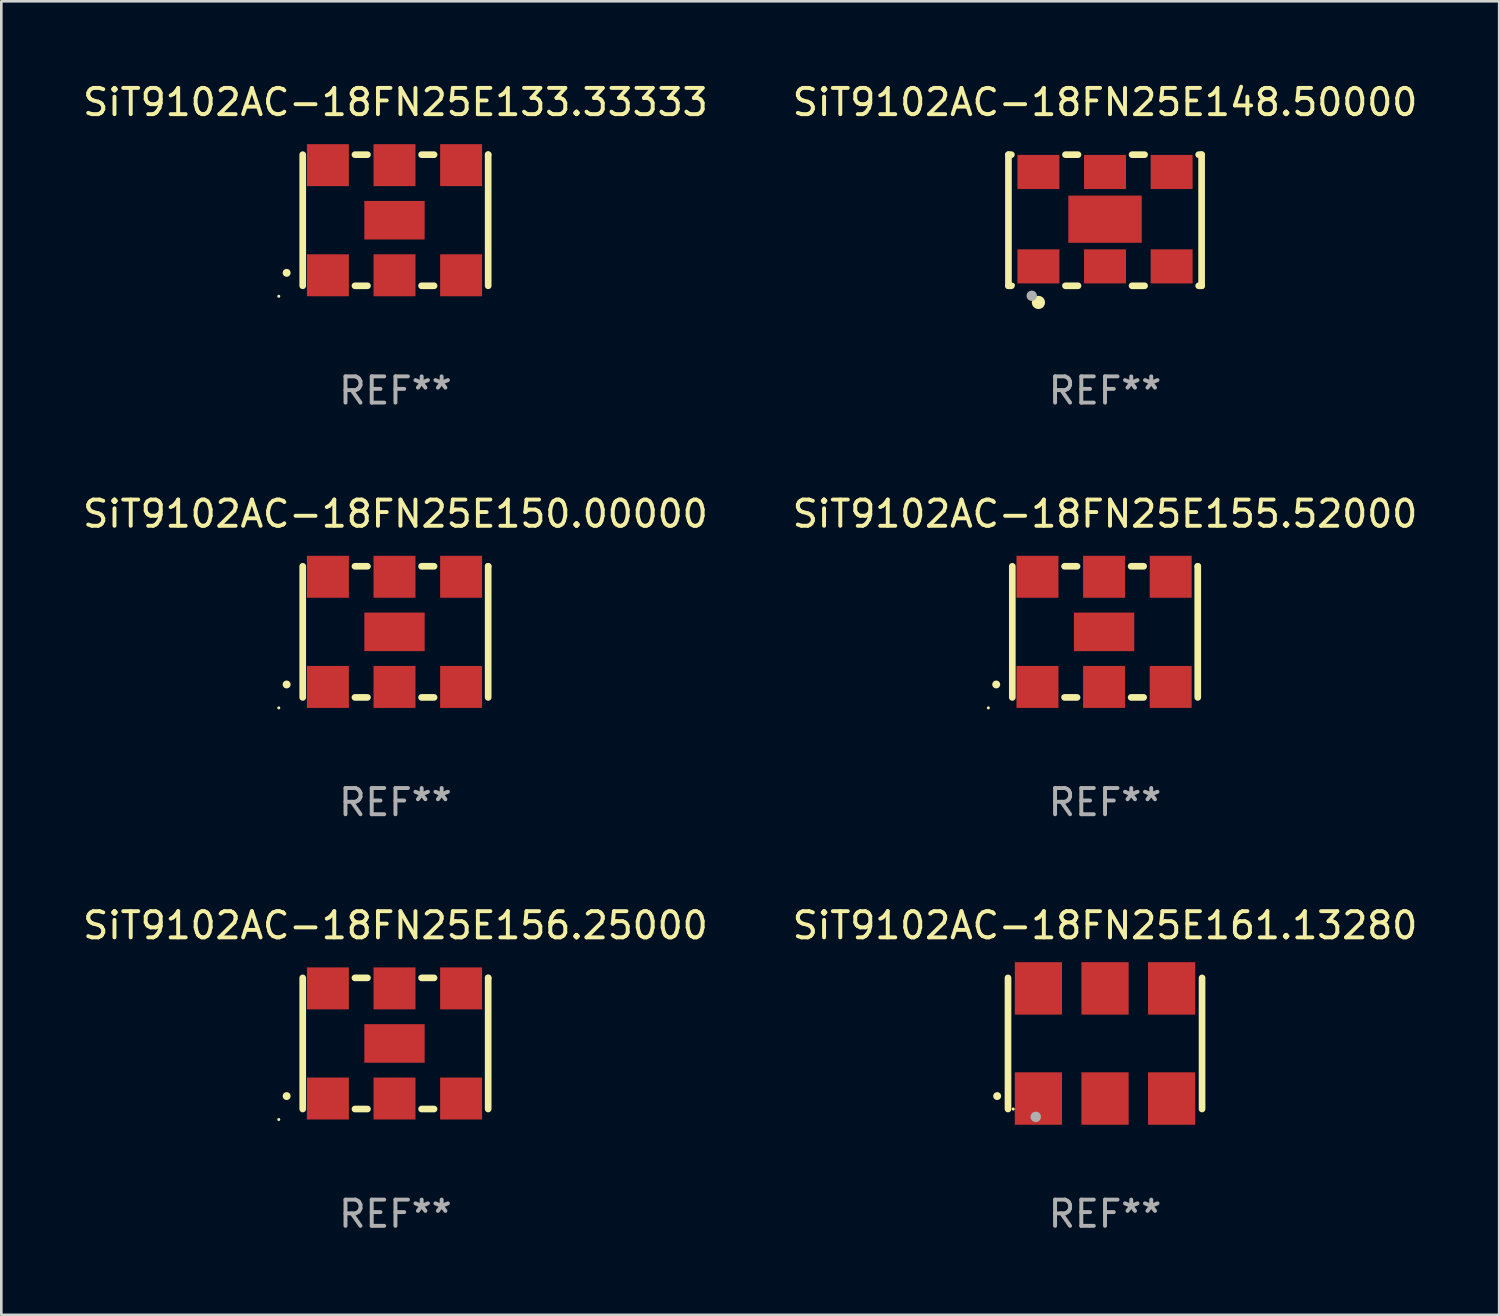
<source format=kicad_pcb>
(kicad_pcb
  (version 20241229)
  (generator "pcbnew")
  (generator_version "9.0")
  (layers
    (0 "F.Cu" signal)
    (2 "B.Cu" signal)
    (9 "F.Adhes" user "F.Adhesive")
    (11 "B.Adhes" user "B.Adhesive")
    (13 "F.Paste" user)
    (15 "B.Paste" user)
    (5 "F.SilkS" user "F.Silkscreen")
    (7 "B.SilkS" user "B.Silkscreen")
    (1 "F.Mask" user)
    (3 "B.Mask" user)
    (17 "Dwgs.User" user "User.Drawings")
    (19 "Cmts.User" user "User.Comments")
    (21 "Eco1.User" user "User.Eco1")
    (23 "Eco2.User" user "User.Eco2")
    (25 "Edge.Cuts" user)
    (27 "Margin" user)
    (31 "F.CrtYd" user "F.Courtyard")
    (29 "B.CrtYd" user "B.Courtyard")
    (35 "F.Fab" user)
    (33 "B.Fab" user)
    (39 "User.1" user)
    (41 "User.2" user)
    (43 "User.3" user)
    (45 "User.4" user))
  (footprint "SiT9102AC-18FN25E155.52000"
    (layer "F.Cu")
    (at 39.089 21.045)
    (property "Reference" "SiT9102AC-18FN25E155.52000" (at 0 -4.5 0) (layer "F.SilkS") (effects (font (size 1 1) (thickness 0.15))))
    (attr through_hole)
    (fp_line (start -3.536 -2.5) (end -3.536 2.5) (stroke (width 0.254) (type solid)) (layer "F.SilkS"))
    (fp_line (start -1.544 2.5) (end -1.067 2.5) (stroke (width 0.254) (type solid)) (layer "F.SilkS"))
    (fp_line (start -1.067 -2.5) (end -1.544 -2.5) (stroke (width 0.254) (type solid)) (layer "F.SilkS"))
    (fp_line (start 0.996 2.5) (end 1.473 2.5) (stroke (width 0.254) (type solid)) (layer "F.SilkS"))
    (fp_line (start 1.473 -2.5) (end 0.996 -2.5) (stroke (width 0.254) (type solid)) (layer "F.SilkS"))
    (fp_line (start 3.536 -2.5) (end 3.536 -2.5) (stroke (width 0.254) (type solid)) (layer "F.SilkS"))
    (fp_line (start 3.536 2.5) (end 3.536 -2.5) (stroke (width 0.254) (type solid)) (layer "F.SilkS"))
    (fp_arc (start -4.150432 2.006604) (mid -4.149162 2.006599) (end -4.147892 2.006604) (stroke (width 0.3) (type solid)) (layer "F.SilkS"))
    (fp_circle (center -4.449 2.9) (end -4.419 2.9) (stroke (width 0.06) (type solid)) (fill no) (layer "F.SilkS"))
    (fp_text user "REF**" (at 0 6.5 0) (layer "F.Fab") (effects (font (size 1 1) (thickness 0.15))))
    (pad "1" smd rect (at -2.576 2.1) (size 1.6 1.6) (layers "F.Cu" "F.Mask" "F.Paste"))
    (pad "2" smd rect (at -0.036 2.1) (size 1.6 1.6) (layers "F.Cu" "F.Mask" "F.Paste"))
    (pad "3" smd rect (at 2.504 2.1) (size 1.6 1.6) (layers "F.Cu" "F.Mask" "F.Paste"))
    (pad "4" smd rect (at 2.504 -2.1) (size 1.6 1.6) (layers "F.Cu" "F.Mask" "F.Paste"))
    (pad "5" smd rect (at -0.036 -2.1) (size 1.6 1.6) (layers "F.Cu" "F.Mask" "F.Paste"))
    (pad "6" smd rect (at -2.576 -2.1) (size 1.6 1.6) (layers "F.Cu" "F.Mask" "F.Paste"))
    (pad "7" smd rect (at -0.036 0) (size 2.3 1.47) (layers "F.Cu" "F.Mask" "F.Paste")))
  (footprint "SiT9102AC-18FN25E150.00000"
    (layer "F.Cu")
    (at 12.03 21.045)
    (property "Reference" "SiT9102AC-18FN25E150.00000" (at 0 -4.5 0) (layer "F.SilkS") (effects (font (size 1 1) (thickness 0.15))))
    (attr through_hole)
    (fp_line (start -3.536 -2.5) (end -3.536 2.5) (stroke (width 0.254) (type solid)) (layer "F.SilkS"))
    (fp_line (start -1.544 2.5) (end -1.067 2.5) (stroke (width 0.254) (type solid)) (layer "F.SilkS"))
    (fp_line (start -1.067 -2.5) (end -1.544 -2.5) (stroke (width 0.254) (type solid)) (layer "F.SilkS"))
    (fp_line (start 0.996 2.5) (end 1.473 2.5) (stroke (width 0.254) (type solid)) (layer "F.SilkS"))
    (fp_line (start 1.473 -2.5) (end 0.996 -2.5) (stroke (width 0.254) (type solid)) (layer "F.SilkS"))
    (fp_line (start 3.536 -2.5) (end 3.536 -2.5) (stroke (width 0.254) (type solid)) (layer "F.SilkS"))
    (fp_line (start 3.536 2.5) (end 3.536 -2.5) (stroke (width 0.254) (type solid)) (layer "F.SilkS"))
    (fp_arc (start -4.150432 2.006604) (mid -4.149162 2.006599) (end -4.147892 2.006604) (stroke (width 0.3) (type solid)) (layer "F.SilkS"))
    (fp_circle (center -4.449 2.9) (end -4.419 2.9) (stroke (width 0.06) (type solid)) (fill no) (layer "F.SilkS"))
    (fp_text user "REF**" (at 0 6.5 0) (layer "F.Fab") (effects (font (size 1 1) (thickness 0.15))))
    (pad "1" smd rect (at -2.576 2.1) (size 1.6 1.6) (layers "F.Cu" "F.Mask" "F.Paste"))
    (pad "2" smd rect (at -0.036 2.1) (size 1.6 1.6) (layers "F.Cu" "F.Mask" "F.Paste"))
    (pad "3" smd rect (at 2.504 2.1) (size 1.6 1.6) (layers "F.Cu" "F.Mask" "F.Paste"))
    (pad "4" smd rect (at 2.504 -2.1) (size 1.6 1.6) (layers "F.Cu" "F.Mask" "F.Paste"))
    (pad "5" smd rect (at -0.036 -2.1) (size 1.6 1.6) (layers "F.Cu" "F.Mask" "F.Paste"))
    (pad "6" smd rect (at -2.576 -2.1) (size 1.6 1.6) (layers "F.Cu" "F.Mask" "F.Paste"))
    (pad "7" smd rect (at -0.036 0) (size 2.3 1.47) (layers "F.Cu" "F.Mask" "F.Paste")))
  (footprint "SiT9102AC-18FN25E156.25000"
    (layer "F.Cu")
    (at 12.03 36.741)
    (property "Reference" "SiT9102AC-18FN25E156.25000" (at 0 -4.5 0) (layer "F.SilkS") (effects (font (size 1 1) (thickness 0.15))))
    (attr through_hole)
    (fp_line (start -3.536 -2.5) (end -3.536 2.5) (stroke (width 0.254) (type solid)) (layer "F.SilkS"))
    (fp_line (start -1.544 2.5) (end -1.067 2.5) (stroke (width 0.254) (type solid)) (layer "F.SilkS"))
    (fp_line (start -1.067 -2.5) (end -1.544 -2.5) (stroke (width 0.254) (type solid)) (layer "F.SilkS"))
    (fp_line (start 0.996 2.5) (end 1.473 2.5) (stroke (width 0.254) (type solid)) (layer "F.SilkS"))
    (fp_line (start 1.473 -2.5) (end 0.996 -2.5) (stroke (width 0.254) (type solid)) (layer "F.SilkS"))
    (fp_line (start 3.536 -2.5) (end 3.536 -2.5) (stroke (width 0.254) (type solid)) (layer "F.SilkS"))
    (fp_line (start 3.536 2.5) (end 3.536 -2.5) (stroke (width 0.254) (type solid)) (layer "F.SilkS"))
    (fp_arc (start -4.150432 2.006604) (mid -4.149162 2.006599) (end -4.147892 2.006604) (stroke (width 0.3) (type solid)) (layer "F.SilkS"))
    (fp_circle (center -4.449 2.9) (end -4.419 2.9) (stroke (width 0.06) (type solid)) (fill no) (layer "F.SilkS"))
    (fp_text user "REF**" (at 0 6.5 0) (layer "F.Fab") (effects (font (size 1 1) (thickness 0.15))))
    (pad "1" smd rect (at -2.576 2.1) (size 1.6 1.6) (layers "F.Cu" "F.Mask" "F.Paste"))
    (pad "2" smd rect (at -0.036 2.1) (size 1.6 1.6) (layers "F.Cu" "F.Mask" "F.Paste"))
    (pad "3" smd rect (at 2.504 2.1) (size 1.6 1.6) (layers "F.Cu" "F.Mask" "F.Paste"))
    (pad "4" smd rect (at 2.504 -2.1) (size 1.6 1.6) (layers "F.Cu" "F.Mask" "F.Paste"))
    (pad "5" smd rect (at -0.036 -2.1) (size 1.6 1.6) (layers "F.Cu" "F.Mask" "F.Paste"))
    (pad "6" smd rect (at -2.576 -2.1) (size 1.6 1.6) (layers "F.Cu" "F.Mask" "F.Paste"))
    (pad "7" smd rect (at -0.036 0) (size 2.3 1.47) (layers "F.Cu" "F.Mask" "F.Paste")))
  (footprint "SiT9102AC-18FN25E148.50000"
    (layer "F.Cu")
    (at 39.089 5.348)
    (property "Reference" "SiT9102AC-18FN25E148.50000" (at 0 -4.5 0) (layer "F.SilkS") (effects (font (size 1 1) (thickness 0.15))))
    (attr through_hole)
    (fp_line (start -3.683 -2.5) (end -3.571 -2.5) (stroke (width 0.254) (type solid)) (layer "F.SilkS"))
    (fp_line (start -3.683 2.5) (end -3.683 -2.5) (stroke (width 0.254) (type solid)) (layer "F.SilkS"))
    (fp_line (start -3.683 2.5) (end -3.571 2.5) (stroke (width 0.254) (type solid)) (layer "F.SilkS"))
    (fp_line (start -1.509 -2.5) (end -1.031 -2.5) (stroke (width 0.254) (type solid)) (layer "F.SilkS"))
    (fp_line (start -1.509 2.5) (end -1.031 2.5) (stroke (width 0.254) (type solid)) (layer "F.SilkS"))
    (fp_line (start 1.031 -2.5) (end 1.509 -2.5) (stroke (width 0.254) (type solid)) (layer "F.SilkS"))
    (fp_line (start 1.031 2.5) (end 1.509 2.5) (stroke (width 0.254) (type solid)) (layer "F.SilkS"))
    (fp_line (start 3.571 -2.5) (end 3.683 -2.5) (stroke (width 0.254) (type solid)) (layer "F.SilkS"))
    (fp_line (start 3.571 2.5) (end 3.683 2.5) (stroke (width 0.254) (type solid)) (layer "F.SilkS"))
    (fp_line (start 3.683 2.5) (end 3.683 -2.5) (stroke (width 0.254) (type solid)) (layer "F.SilkS"))
    (fp_circle (center -3.5 2.46) (end -3.47 2.46) (stroke (width 0.06) (type solid)) (fill no) (layer "F.SilkS"))
    (fp_circle (center -2.54 3.135) (end -2.413 3.135) (stroke (width 0.254) (type solid)) (fill no) (layer "F.SilkS"))
    (fp_circle (center -2.794 2.881) (end -2.694 2.881) (stroke (width 0.2) (type solid)) (fill no) (layer "F.Fab"))
    (fp_text user "REF**" (at 0 6.5 0) (layer "F.Fab") (effects (font (size 1 1) (thickness 0.15))))
    (pad "1" smd rect (at -2.54 1.76) (size 1.6 1.3) (layers "F.Cu" "F.Mask" "F.Paste"))
    (pad "2" smd rect (at 0 1.76) (size 1.6 1.3) (layers "F.Cu" "F.Mask" "F.Paste"))
    (pad "3" smd rect (at 2.54 1.76) (size 1.6 1.3) (layers "F.Cu" "F.Mask" "F.Paste"))
    (pad "4" smd rect (at 2.54 -1.84) (size 1.6 1.3) (layers "F.Cu" "F.Mask" "F.Paste"))
    (pad "5" smd rect (at 0 -1.84) (size 1.6 1.3) (layers "F.Cu" "F.Mask" "F.Paste"))
    (pad "6" smd rect (at -2.54 -1.84) (size 1.6 1.3) (layers "F.Cu" "F.Mask" "F.Paste"))
    (pad "7" smd rect (at 0 -0.04) (size 2.8 1.8) (layers "F.Cu" "F.Mask" "F.Paste")))
  (footprint "SiT9102AC-18FN25E161.13280"
    (layer "F.Cu")
    (at 39.089 36.741)
    (property "Reference" "SiT9102AC-18FN25E161.13280" (at 0 -4.5 0) (layer "F.SilkS") (effects (font (size 1 1) (thickness 0.15))))
    (attr through_hole)
    (fp_line (start -3.7 -2.5) (end -3.7 2.5) (stroke (width 0.254) (type solid)) (layer "F.SilkS"))
    (fp_line (start 3.7 -2.5) (end 3.7 2.5) (stroke (width 0.254) (type solid)) (layer "F.SilkS"))
    (fp_arc (start -4.114415 2.006604) (mid -4.113145 2.006599) (end -4.111875 2.006604) (stroke (width 0.3) (type solid)) (layer "F.SilkS"))
    (fp_circle (center -3.5 2.501) (end -3.47 2.501) (stroke (width 0.06) (type solid)) (fill no) (layer "F.SilkS"))
    (fp_circle (center -2.641 2.799) (end -2.541 2.799) (stroke (width 0.2) (type solid)) (fill no) (layer "F.Fab"))
    (fp_text user "REF**" (at 0 6.5 0) (layer "F.Fab") (effects (font (size 1 1) (thickness 0.15))))
    (pad "1" smd rect (at -2.54 2.1) (size 1.8 2) (layers "F.Cu" "F.Mask" "F.Paste"))
    (pad "2" smd rect (at 0.000394 2.1) (size 1.8 2) (layers "F.Cu" "F.Mask" "F.Paste"))
    (pad "3" smd rect (at 2.54 2.1) (size 1.8 2) (layers "F.Cu" "F.Mask" "F.Paste"))
    (pad "4" smd rect (at 2.54 -2.1) (size 1.8 2) (layers "F.Cu" "F.Mask" "F.Paste"))
    (pad "5" smd rect (at 0.000394 -2.1) (size 1.8 2) (layers "F.Cu" "F.Mask" "F.Paste"))
    (pad "6" smd rect (at -2.54 -2.1) (size 1.8 2) (layers "F.Cu" "F.Mask" "F.Paste")))
  (footprint "SiT9102AC-18FN25E133.33333"
    (layer "F.Cu")
    (at 12.03 5.348)
    (property "Reference" "SiT9102AC-18FN25E133.33333" (at 0 -4.5 0) (layer "F.SilkS") (effects (font (size 1 1) (thickness 0.15))))
    (attr through_hole)
    (fp_line (start -3.536 -2.5) (end -3.536 2.5) (stroke (width 0.254) (type solid)) (layer "F.SilkS"))
    (fp_line (start -1.544 2.5) (end -1.067 2.5) (stroke (width 0.254) (type solid)) (layer "F.SilkS"))
    (fp_line (start -1.067 -2.5) (end -1.544 -2.5) (stroke (width 0.254) (type solid)) (layer "F.SilkS"))
    (fp_line (start 0.996 2.5) (end 1.473 2.5) (stroke (width 0.254) (type solid)) (layer "F.SilkS"))
    (fp_line (start 1.473 -2.5) (end 0.996 -2.5) (stroke (width 0.254) (type solid)) (layer "F.SilkS"))
    (fp_line (start 3.536 -2.5) (end 3.536 -2.5) (stroke (width 0.254) (type solid)) (layer "F.SilkS"))
    (fp_line (start 3.536 2.5) (end 3.536 -2.5) (stroke (width 0.254) (type solid)) (layer "F.SilkS"))
    (fp_arc (start -4.150432 2.006604) (mid -4.149162 2.006599) (end -4.147892 2.006604) (stroke (width 0.3) (type solid)) (layer "F.SilkS"))
    (fp_circle (center -4.449 2.9) (end -4.419 2.9) (stroke (width 0.06) (type solid)) (fill no) (layer "F.SilkS"))
    (fp_text user "REF**" (at 0 6.5 0) (layer "F.Fab") (effects (font (size 1 1) (thickness 0.15))))
    (pad "1" smd rect (at -2.576 2.1) (size 1.6 1.6) (layers "F.Cu" "F.Mask" "F.Paste"))
    (pad "2" smd rect (at -0.036 2.1) (size 1.6 1.6) (layers "F.Cu" "F.Mask" "F.Paste"))
    (pad "3" smd rect (at 2.504 2.1) (size 1.6 1.6) (layers "F.Cu" "F.Mask" "F.Paste"))
    (pad "4" smd rect (at 2.504 -2.1) (size 1.6 1.6) (layers "F.Cu" "F.Mask" "F.Paste"))
    (pad "5" smd rect (at -0.036 -2.1) (size 1.6 1.6) (layers "F.Cu" "F.Mask" "F.Paste"))
    (pad "6" smd rect (at -2.576 -2.1) (size 1.6 1.6) (layers "F.Cu" "F.Mask" "F.Paste"))
    (pad "7" smd rect (at -0.036 0) (size 2.3 1.47) (layers "F.Cu" "F.Mask" "F.Paste")))
  (gr_rect
    (start -3 -3)
    (end 54.119 47.09)
    (stroke (width 0.1) (type default))
    (fill no)
    (layer "Edge.Cuts")))
</source>
